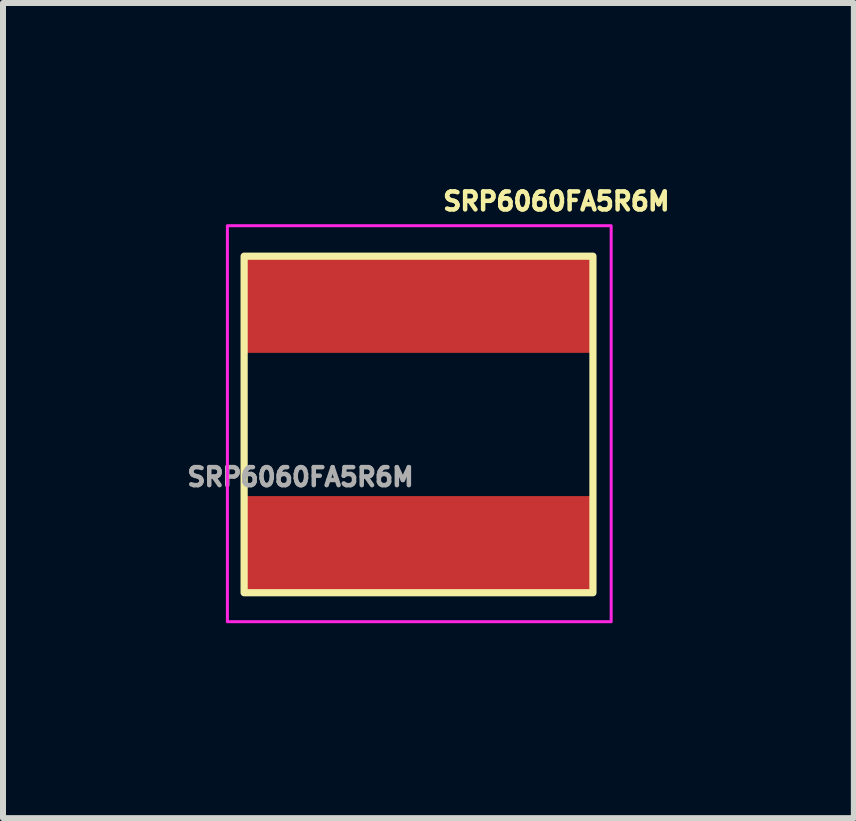
<source format=kicad_pcb>
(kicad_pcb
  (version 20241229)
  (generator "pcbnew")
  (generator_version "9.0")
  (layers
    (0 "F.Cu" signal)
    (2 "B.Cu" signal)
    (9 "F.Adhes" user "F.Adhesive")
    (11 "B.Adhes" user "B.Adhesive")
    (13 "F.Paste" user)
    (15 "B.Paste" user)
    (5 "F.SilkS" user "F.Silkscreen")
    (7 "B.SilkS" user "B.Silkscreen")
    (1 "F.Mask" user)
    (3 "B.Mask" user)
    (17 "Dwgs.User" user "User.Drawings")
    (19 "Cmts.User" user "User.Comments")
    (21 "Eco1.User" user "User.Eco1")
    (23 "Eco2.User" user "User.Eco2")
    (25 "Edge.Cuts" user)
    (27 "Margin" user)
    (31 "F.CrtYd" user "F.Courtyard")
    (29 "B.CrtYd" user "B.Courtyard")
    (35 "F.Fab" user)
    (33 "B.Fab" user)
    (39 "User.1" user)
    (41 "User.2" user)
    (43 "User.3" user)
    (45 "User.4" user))
  (footprint "SRP6060FA5R6M"
    (layer "F.Cu")
    (at 0.767 7.343)
    (property "Reference" "SRP6060FA5R6M" (at 5.461 -7.036 0) (unlocked yes) (layer "F.SilkS") (effects (font (size 0.3 0.3) (thickness 0.075))))
    (attr smd)
    (fp_rect (start 0.254 -0.508) (end 6.071 -6.121) (stroke (width 0.12) (type solid)) (fill no) (layer "F.SilkS"))
    (fp_rect (start -0.025 -0.025) (end 6.375 -6.629) (stroke (width 0.05) (type solid)) (fill no) (layer "F.CrtYd"))
    (fp_text user "${REFERENCE}" (at 1.194 -2.438 0) (unlocked yes) (layer "F.Fab") (effects (font (size 0.3 0.3) (thickness 0.075))))
    (pad "1" smd rect (at 3.15 -5.334) (size 5.8 1.65) (layers "F.Cu" "F.Mask" "F.Paste"))
    (pad "2" smd rect (at 3.175 -1.295) (size 5.8 1.65) (layers "F.Cu" "F.Mask" "F.Paste")))
  (gr_rect
    (start -3 -3)
    (end 11.189 10.593)
    (stroke (width 0.1) (type default))
    (fill no)
    (layer "Edge.Cuts")))
</source>
